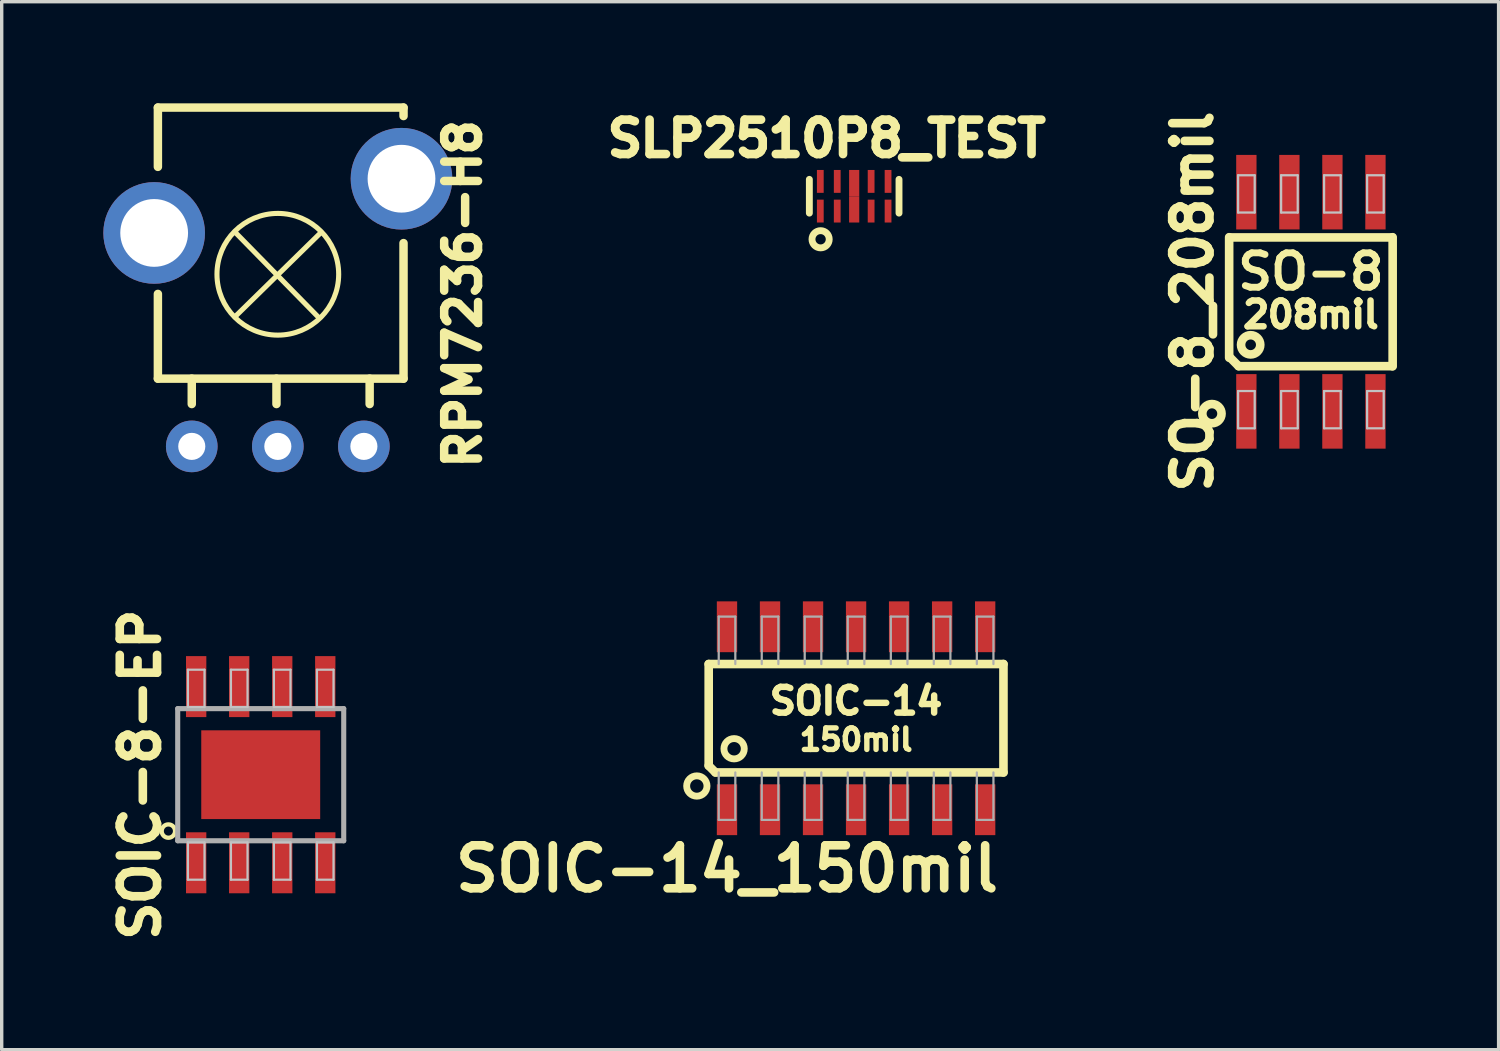
<source format=kicad_pcb>
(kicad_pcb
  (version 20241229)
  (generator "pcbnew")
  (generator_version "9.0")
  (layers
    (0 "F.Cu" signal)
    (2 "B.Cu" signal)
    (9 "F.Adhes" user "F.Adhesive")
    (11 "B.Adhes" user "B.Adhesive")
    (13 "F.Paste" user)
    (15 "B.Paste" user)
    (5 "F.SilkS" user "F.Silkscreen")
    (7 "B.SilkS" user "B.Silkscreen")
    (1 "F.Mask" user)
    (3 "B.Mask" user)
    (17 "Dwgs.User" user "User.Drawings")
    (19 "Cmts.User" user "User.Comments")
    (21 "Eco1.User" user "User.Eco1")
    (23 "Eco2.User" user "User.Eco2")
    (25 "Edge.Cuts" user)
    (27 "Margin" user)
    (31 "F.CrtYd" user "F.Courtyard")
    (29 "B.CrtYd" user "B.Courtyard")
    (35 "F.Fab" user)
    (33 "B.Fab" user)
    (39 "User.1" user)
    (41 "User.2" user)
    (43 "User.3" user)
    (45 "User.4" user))
  (footprint "SOIC-8-EP"
    (layer "F.Cu")
    (at 4.645 19.815)
    (property "Reference" "SOIC-8-EP" (at -3.556 0 90) (layer "F.SilkS") (effects (font (size 1.1 1.1) (thickness 0.254))))
    (attr smd)
    (fp_circle (center -2.725 1.664) (end -2.865 1.803) (stroke (width 0.127) (type solid)) (fill no) (layer "F.SilkS"))
    (fp_line (start -2.149 -3.099) (end -1.659 -3.099) (stroke (width 0.066) (type solid)) (layer "Dwgs.User"))
    (fp_line (start -2.149 -1.999) (end -2.149 -3.099) (stroke (width 0.066) (type solid)) (layer "Dwgs.User"))
    (fp_line (start -2.149 -1.999) (end -1.659 -1.999) (stroke (width 0.066) (type solid)) (layer "Dwgs.User"))
    (fp_line (start -2.149 1.999) (end -1.659 1.999) (stroke (width 0.066) (type solid)) (layer "Dwgs.User"))
    (fp_line (start -2.149 3.099) (end -2.149 1.999) (stroke (width 0.066) (type solid)) (layer "Dwgs.User"))
    (fp_line (start -2.149 3.099) (end -1.659 3.099) (stroke (width 0.066) (type solid)) (layer "Dwgs.User"))
    (fp_line (start -1.659 -1.999) (end -1.659 -3.099) (stroke (width 0.066) (type solid)) (layer "Dwgs.User"))
    (fp_line (start -1.659 3.099) (end -1.659 1.999) (stroke (width 0.066) (type solid)) (layer "Dwgs.User"))
    (fp_line (start -0.879 -3.099) (end -0.389 -3.099) (stroke (width 0.066) (type solid)) (layer "Dwgs.User"))
    (fp_line (start -0.879 -1.999) (end -0.879 -3.099) (stroke (width 0.066) (type solid)) (layer "Dwgs.User"))
    (fp_line (start -0.879 -1.999) (end -0.389 -1.999) (stroke (width 0.066) (type solid)) (layer "Dwgs.User"))
    (fp_line (start -0.879 1.999) (end -0.389 1.999) (stroke (width 0.066) (type solid)) (layer "Dwgs.User"))
    (fp_line (start -0.879 3.099) (end -0.879 1.999) (stroke (width 0.066) (type solid)) (layer "Dwgs.User"))
    (fp_line (start -0.879 3.099) (end -0.389 3.099) (stroke (width 0.066) (type solid)) (layer "Dwgs.User"))
    (fp_line (start -0.389 -1.999) (end -0.389 -3.099) (stroke (width 0.066) (type solid)) (layer "Dwgs.User"))
    (fp_line (start -0.389 3.099) (end -0.389 1.999) (stroke (width 0.066) (type solid)) (layer "Dwgs.User"))
    (fp_line (start 0.389 -3.099) (end 0.879 -3.099) (stroke (width 0.066) (type solid)) (layer "Dwgs.User"))
    (fp_line (start 0.389 -1.999) (end 0.389 -3.099) (stroke (width 0.066) (type solid)) (layer "Dwgs.User"))
    (fp_line (start 0.389 -1.999) (end 0.879 -1.999) (stroke (width 0.066) (type solid)) (layer "Dwgs.User"))
    (fp_line (start 0.389 1.999) (end 0.879 1.999) (stroke (width 0.066) (type solid)) (layer "Dwgs.User"))
    (fp_line (start 0.389 3.099) (end 0.389 1.999) (stroke (width 0.066) (type solid)) (layer "Dwgs.User"))
    (fp_line (start 0.389 3.099) (end 0.879 3.099) (stroke (width 0.066) (type solid)) (layer "Dwgs.User"))
    (fp_line (start 0.879 -1.999) (end 0.879 -3.099) (stroke (width 0.066) (type solid)) (layer "Dwgs.User"))
    (fp_line (start 0.879 3.099) (end 0.879 1.999) (stroke (width 0.066) (type solid)) (layer "Dwgs.User"))
    (fp_line (start 1.659 -3.099) (end 2.149 -3.099) (stroke (width 0.066) (type solid)) (layer "Dwgs.User"))
    (fp_line (start 1.659 -1.999) (end 1.659 -3.099) (stroke (width 0.066) (type solid)) (layer "Dwgs.User"))
    (fp_line (start 1.659 -1.999) (end 2.149 -1.999) (stroke (width 0.066) (type solid)) (layer "Dwgs.User"))
    (fp_line (start 1.659 1.999) (end 2.149 1.999) (stroke (width 0.066) (type solid)) (layer "Dwgs.User"))
    (fp_line (start 1.659 3.099) (end 1.659 1.999) (stroke (width 0.066) (type solid)) (layer "Dwgs.User"))
    (fp_line (start 1.659 3.099) (end 2.149 3.099) (stroke (width 0.066) (type solid)) (layer "Dwgs.User"))
    (fp_line (start 2.149 -1.999) (end 2.149 -3.099) (stroke (width 0.066) (type solid)) (layer "Dwgs.User"))
    (fp_line (start 2.149 3.099) (end 2.149 1.999) (stroke (width 0.066) (type solid)) (layer "Dwgs.User"))
    (fp_line (start -2.45 -1.95) (end 2.45 -1.95) (stroke (width 0.15) (type solid)) (layer "F.Fab"))
    (fp_line (start -2.45 1.95) (end -2.45 -1.95) (stroke (width 0.15) (type solid)) (layer "F.Fab"))
    (fp_line (start 2.45 -1.95) (end 2.45 1.95) (stroke (width 0.15) (type solid)) (layer "F.Fab"))
    (fp_line (start 2.45 1.95) (end -2.45 1.95) (stroke (width 0.15) (type solid)) (layer "F.Fab"))
    (pad "1" smd rect (at -1.905 2.6) (size 0.6 1.8) (layers "F.Cu" "F.Mask" "F.Paste"))
    (pad "2" smd rect (at -0.635 2.6) (size 0.6 1.8) (layers "F.Cu" "F.Mask" "F.Paste"))
    (pad "3" smd rect (at 0.635 2.6) (size 0.6 1.8) (layers "F.Cu" "F.Mask" "F.Paste"))
    (pad "4" smd rect (at 1.905 2.6) (size 0.6 1.8) (layers "F.Cu" "F.Mask" "F.Paste"))
    (pad "5" smd rect (at 0 0 90) (size 2.62 3.51) (layers "F.Cu" "F.Mask" "F.Paste"))
    (pad "5" smd rect (at 1.905 -2.6) (size 0.6 1.8) (layers "F.Cu" "F.Mask" "F.Paste"))
    (pad "6" smd rect (at 0.635 -2.6) (size 0.6 1.8) (layers "F.Cu" "F.Mask" "F.Paste"))
    (pad "7" smd rect (at -0.635 -2.6) (size 0.6 1.8) (layers "F.Cu" "F.Mask" "F.Paste"))
    (pad "8" smd rect (at -1.905 -2.6) (size 0.6 1.8) (layers "F.Cu" "F.Mask" "F.Paste")))
  (footprint "SO-8_208mil"
    (layer "F.Cu")
    (at 35.641 5.857)
    (property "Reference" "SO-8_208mil" (at -3.49 -0.008 90) (layer "F.SilkS") (effects (font (size 1.1 1.1) (thickness 0.254))))
    (attr smd)
    (fp_line (start -2.413 -1.905) (end -2.413 1.651) (stroke (width 0.254) (type solid)) (layer "F.SilkS"))
    (fp_line (start -2.398 -1.9) (end 2.398 -1.9) (stroke (width 0.254) (type solid)) (layer "F.SilkS"))
    (fp_line (start -2.134 1.9) (end -2.398 1.633) (stroke (width 0.254) (type solid)) (layer "F.SilkS"))
    (fp_line (start 2.398 1.9) (end -2.134 1.9) (stroke (width 0.254) (type solid)) (layer "F.SilkS"))
    (fp_line (start 2.413 -1.905) (end 2.413 1.905) (stroke (width 0.254) (type solid)) (layer "F.SilkS"))
    (fp_circle (center -2.921 3.302) (end -3.175 3.429) (stroke (width 0.254) (type solid)) (fill no) (layer "F.SilkS"))
    (fp_circle (center -1.778 1.27) (end -1.524 1.143) (stroke (width 0.254) (type solid)) (fill no) (layer "F.SilkS"))
    (fp_line (start -2.149 -3.734) (end -1.659 -3.734) (stroke (width 0.066) (type solid)) (layer "Dwgs.User"))
    (fp_line (start -2.149 -2.634) (end -2.149 -3.734) (stroke (width 0.066) (type solid)) (layer "Dwgs.User"))
    (fp_line (start -2.149 -2.634) (end -1.659 -2.634) (stroke (width 0.066) (type solid)) (layer "Dwgs.User"))
    (fp_line (start -2.149 2.634) (end -1.659 2.634) (stroke (width 0.066) (type solid)) (layer "Dwgs.User"))
    (fp_line (start -2.149 3.734) (end -2.149 2.634) (stroke (width 0.066) (type solid)) (layer "Dwgs.User"))
    (fp_line (start -2.149 3.734) (end -1.659 3.734) (stroke (width 0.066) (type solid)) (layer "Dwgs.User"))
    (fp_line (start -1.659 -2.634) (end -1.659 -3.734) (stroke (width 0.066) (type solid)) (layer "Dwgs.User"))
    (fp_line (start -1.659 3.734) (end -1.659 2.634) (stroke (width 0.066) (type solid)) (layer "Dwgs.User"))
    (fp_line (start -0.879 -3.734) (end -0.389 -3.734) (stroke (width 0.066) (type solid)) (layer "Dwgs.User"))
    (fp_line (start -0.879 -2.634) (end -0.879 -3.734) (stroke (width 0.066) (type solid)) (layer "Dwgs.User"))
    (fp_line (start -0.879 -2.634) (end -0.389 -2.634) (stroke (width 0.066) (type solid)) (layer "Dwgs.User"))
    (fp_line (start -0.879 2.634) (end -0.389 2.634) (stroke (width 0.066) (type solid)) (layer "Dwgs.User"))
    (fp_line (start -0.879 3.734) (end -0.879 2.634) (stroke (width 0.066) (type solid)) (layer "Dwgs.User"))
    (fp_line (start -0.879 3.734) (end -0.389 3.734) (stroke (width 0.066) (type solid)) (layer "Dwgs.User"))
    (fp_line (start -0.389 -2.634) (end -0.389 -3.734) (stroke (width 0.066) (type solid)) (layer "Dwgs.User"))
    (fp_line (start -0.389 3.734) (end -0.389 2.634) (stroke (width 0.066) (type solid)) (layer "Dwgs.User"))
    (fp_line (start 0.389 -3.734) (end 0.879 -3.734) (stroke (width 0.066) (type solid)) (layer "Dwgs.User"))
    (fp_line (start 0.389 -2.634) (end 0.389 -3.734) (stroke (width 0.066) (type solid)) (layer "Dwgs.User"))
    (fp_line (start 0.389 -2.634) (end 0.879 -2.634) (stroke (width 0.066) (type solid)) (layer "Dwgs.User"))
    (fp_line (start 0.389 2.634) (end 0.879 2.634) (stroke (width 0.066) (type solid)) (layer "Dwgs.User"))
    (fp_line (start 0.389 3.734) (end 0.389 2.634) (stroke (width 0.066) (type solid)) (layer "Dwgs.User"))
    (fp_line (start 0.389 3.734) (end 0.879 3.734) (stroke (width 0.066) (type solid)) (layer "Dwgs.User"))
    (fp_line (start 0.879 -2.634) (end 0.879 -3.734) (stroke (width 0.066) (type solid)) (layer "Dwgs.User"))
    (fp_line (start 0.879 3.734) (end 0.879 2.634) (stroke (width 0.066) (type solid)) (layer "Dwgs.User"))
    (fp_line (start 1.659 -3.734) (end 2.149 -3.734) (stroke (width 0.066) (type solid)) (layer "Dwgs.User"))
    (fp_line (start 1.659 -2.634) (end 1.659 -3.734) (stroke (width 0.066) (type solid)) (layer "Dwgs.User"))
    (fp_line (start 1.659 -2.634) (end 2.149 -2.634) (stroke (width 0.066) (type solid)) (layer "Dwgs.User"))
    (fp_line (start 1.659 2.634) (end 2.149 2.634) (stroke (width 0.066) (type solid)) (layer "Dwgs.User"))
    (fp_line (start 1.659 3.734) (end 1.659 2.634) (stroke (width 0.066) (type solid)) (layer "Dwgs.User"))
    (fp_line (start 1.659 3.734) (end 2.149 3.734) (stroke (width 0.066) (type solid)) (layer "Dwgs.User"))
    (fp_line (start 2.149 -2.634) (end 2.149 -3.734) (stroke (width 0.066) (type solid)) (layer "Dwgs.User"))
    (fp_line (start 2.149 3.734) (end 2.149 2.634) (stroke (width 0.066) (type solid)) (layer "Dwgs.User"))
    (fp_text user "SO-8" (at 0 -0.889 0) (layer "F.SilkS") (effects (font (size 1.016 1.016) (thickness 0.203))))
    (fp_text user "208mil" (at 0 0.381 0) (layer "F.SilkS") (effects (font (size 0.762 0.762) (thickness 0.191))))
    (pad "1" smd rect (at -1.905 3.235) (size 0.6 2.2) (layers "F.Cu" "F.Mask" "F.Paste"))
    (pad "2" smd rect (at -0.635 3.235) (size 0.6 2.2) (layers "F.Cu" "F.Mask" "F.Paste"))
    (pad "3" smd rect (at 0.635 3.235) (size 0.6 2.2) (layers "F.Cu" "F.Mask" "F.Paste"))
    (pad "4" smd rect (at 1.905 3.235) (size 0.6 2.2) (layers "F.Cu" "F.Mask" "F.Paste"))
    (pad "5" smd rect (at 1.905 -3.235) (size 0.6 2.2) (layers "F.Cu" "F.Mask" "F.Paste"))
    (pad "6" smd rect (at 0.635 -3.235) (size 0.6 2.2) (layers "F.Cu" "F.Mask" "F.Paste"))
    (pad "7" smd rect (at -0.635 -3.235) (size 0.6 2.2) (layers "F.Cu" "F.Mask" "F.Paste"))
    (pad "8" smd rect (at -1.905 -3.235) (size 0.6 2.2) (layers "F.Cu" "F.Mask" "F.Paste")))
  (footprint "SLP2510P8_TEST"
    (layer "F.Cu")
    (at 22.161 2.742)
    (property "Reference" "SLP2510P8_TEST" (at -0.813 -1.702 0) (layer "F.SilkS") (effects (font (size 1.016 1.016) (thickness 0.254))))
    (attr smd)
    (fp_line (start -1.323 0.498) (end -1.323 -0.498) (stroke (width 0.203) (type solid)) (layer "F.SilkS"))
    (fp_line (start 1.323 0.498) (end 1.323 -0.498) (stroke (width 0.203) (type solid)) (layer "F.SilkS"))
    (fp_circle (center -0.991 1.27) (end -0.737 1.27) (stroke (width 0.203) (type solid)) (fill no) (layer "F.SilkS"))
    (pad "1" smd rect (at -1 0.438) (size 0.2 0.675) (layers "F.Cu" "F.Mask" "F.Paste"))
    (pad "2" smd rect (at -0.5 0.438) (size 0.2 0.675) (layers "F.Cu" "F.Mask" "F.Paste"))
    (pad "3" smd rect (at 0 0.388) (size 0.3 0.775) (layers "F.Cu" "F.Mask" "F.Paste"))
    (pad "4" smd rect (at 0.5 0.438) (size 0.2 0.675) (layers "F.Cu" "F.Mask" "F.Paste"))
    (pad "5" smd rect (at 1 0.438) (size 0.2 0.675) (layers "F.Cu" "F.Mask" "F.Paste"))
    (pad "6" smd rect (at 1 -0.438) (size 0.2 0.675) (layers "F.Cu" "F.Mask" "F.Paste"))
    (pad "7" smd rect (at 0.5 -0.438) (size 0.2 0.675) (layers "F.Cu" "F.Mask" "F.Paste"))
    (pad "8" smd rect (at 0 -0.388) (size 0.3 0.775) (layers "F.Cu" "F.Mask" "F.Paste"))
    (pad "9" smd rect (at -0.5 -0.438) (size 0.2 0.675) (layers "F.Cu" "F.Mask" "F.Paste"))
    (pad "10" smd rect (at -1 -0.438) (size 0.2 0.675) (layers "F.Cu" "F.Mask" "F.Paste")))
  (footprint "SOIC-14_150mil"
    (layer "F.Cu")
    (at 22.217 18.149)
    (property "Reference" "SOIC-14_150mil" (at -3.81 4.445 180) (layer "F.SilkS") (effects (font (size 1.27 1.27) (thickness 0.254))))
    (attr smd)
    (fp_line (start -4.35 -1.6) (end 4.35 -1.6) (stroke (width 0.254) (type solid)) (layer "F.SilkS"))
    (fp_line (start -4.35 1.4) (end -4.35 -1.6) (stroke (width 0.254) (type solid)) (layer "F.SilkS"))
    (fp_line (start -4.15 1.6) (end -4.35 1.4) (stroke (width 0.254) (type solid)) (layer "F.SilkS"))
    (fp_line (start 4.35 -1.6) (end 4.35 1.6) (stroke (width 0.254) (type solid)) (layer "F.SilkS"))
    (fp_line (start 4.35 1.6) (end -4.15 1.6) (stroke (width 0.254) (type solid)) (layer "F.SilkS"))
    (fp_circle (center -4.7 2) (end -5 2) (stroke (width 0.203) (type solid)) (fill no) (layer "F.SilkS"))
    (fp_circle (center -3.6 0.9) (end -3.9 0.9) (stroke (width 0.203) (type solid)) (fill no) (layer "F.SilkS"))
    (fp_line (start -4.054 -3) (end -3.564 -3) (stroke (width 0.066) (type solid)) (layer "F.Fab"))
    (fp_line (start -4.054 -1.6) (end -4.054 -3) (stroke (width 0.066) (type solid)) (layer "F.Fab"))
    (fp_line (start -4.054 3) (end -4.054 1.6) (stroke (width 0.066) (type solid)) (layer "F.Fab"))
    (fp_line (start -4.054 3) (end -3.564 3) (stroke (width 0.066) (type solid)) (layer "F.Fab"))
    (fp_line (start -3.564 -1.6) (end -3.564 -3) (stroke (width 0.066) (type solid)) (layer "F.Fab"))
    (fp_line (start -3.564 3) (end -3.564 1.6) (stroke (width 0.066) (type solid)) (layer "F.Fab"))
    (fp_line (start -2.784 -3) (end -2.294 -3) (stroke (width 0.066) (type solid)) (layer "F.Fab"))
    (fp_line (start -2.784 -1.6) (end -2.784 -3) (stroke (width 0.066) (type solid)) (layer "F.Fab"))
    (fp_line (start -2.784 3) (end -2.784 1.6) (stroke (width 0.066) (type solid)) (layer "F.Fab"))
    (fp_line (start -2.784 3) (end -2.294 3) (stroke (width 0.066) (type solid)) (layer "F.Fab"))
    (fp_line (start -2.294 -1.6) (end -2.294 -3) (stroke (width 0.066) (type solid)) (layer "F.Fab"))
    (fp_line (start -2.294 3) (end -2.294 1.6) (stroke (width 0.066) (type solid)) (layer "F.Fab"))
    (fp_line (start -1.516 -3) (end -1.026 -3) (stroke (width 0.066) (type solid)) (layer "F.Fab"))
    (fp_line (start -1.516 -1.6) (end -1.516 -3) (stroke (width 0.066) (type solid)) (layer "F.Fab"))
    (fp_line (start -1.516 3) (end -1.516 1.6) (stroke (width 0.066) (type solid)) (layer "F.Fab"))
    (fp_line (start -1.516 3) (end -1.026 3) (stroke (width 0.066) (type solid)) (layer "F.Fab"))
    (fp_line (start -1.026 -1.6) (end -1.026 -3) (stroke (width 0.066) (type solid)) (layer "F.Fab"))
    (fp_line (start -1.026 3) (end -1.026 1.6) (stroke (width 0.066) (type solid)) (layer "F.Fab"))
    (fp_line (start -0.246 -3) (end 0.244 -3) (stroke (width 0.066) (type solid)) (layer "F.Fab"))
    (fp_line (start -0.246 -1.6) (end -0.246 -3) (stroke (width 0.066) (type solid)) (layer "F.Fab"))
    (fp_line (start -0.246 3) (end -0.246 1.6) (stroke (width 0.066) (type solid)) (layer "F.Fab"))
    (fp_line (start -0.246 3) (end 0.244 3) (stroke (width 0.066) (type solid)) (layer "F.Fab"))
    (fp_line (start 0.244 -1.6) (end 0.244 -3) (stroke (width 0.066) (type solid)) (layer "F.Fab"))
    (fp_line (start 0.244 3) (end 0.244 1.6) (stroke (width 0.066) (type solid)) (layer "F.Fab"))
    (fp_line (start 1.026 -3) (end 1.516 -3) (stroke (width 0.066) (type solid)) (layer "F.Fab"))
    (fp_line (start 1.026 -1.6) (end 1.026 -3) (stroke (width 0.066) (type solid)) (layer "F.Fab"))
    (fp_line (start 1.026 3) (end 1.026 1.6) (stroke (width 0.066) (type solid)) (layer "F.Fab"))
    (fp_line (start 1.026 3) (end 1.516 3) (stroke (width 0.066) (type solid)) (layer "F.Fab"))
    (fp_line (start 1.516 -1.6) (end 1.516 -3) (stroke (width 0.066) (type solid)) (layer "F.Fab"))
    (fp_line (start 1.516 3) (end 1.516 1.6) (stroke (width 0.066) (type solid)) (layer "F.Fab"))
    (fp_line (start 2.294 -3) (end 2.784 -3) (stroke (width 0.066) (type solid)) (layer "F.Fab"))
    (fp_line (start 2.294 -1.6) (end 2.294 -3) (stroke (width 0.066) (type solid)) (layer "F.Fab"))
    (fp_line (start 2.294 3) (end 2.294 1.6) (stroke (width 0.066) (type solid)) (layer "F.Fab"))
    (fp_line (start 2.294 3) (end 2.784 3) (stroke (width 0.066) (type solid)) (layer "F.Fab"))
    (fp_line (start 2.784 -1.6) (end 2.784 -3) (stroke (width 0.066) (type solid)) (layer "F.Fab"))
    (fp_line (start 2.784 3) (end 2.784 1.6) (stroke (width 0.066) (type solid)) (layer "F.Fab"))
    (fp_line (start 3.564 -3) (end 4.054 -3) (stroke (width 0.066) (type solid)) (layer "F.Fab"))
    (fp_line (start 3.564 -1.6) (end 3.564 -3) (stroke (width 0.066) (type solid)) (layer "F.Fab"))
    (fp_line (start 3.564 3) (end 3.564 1.6) (stroke (width 0.066) (type solid)) (layer "F.Fab"))
    (fp_line (start 3.564 3) (end 4.054 3) (stroke (width 0.066) (type solid)) (layer "F.Fab"))
    (fp_line (start 4.054 -1.6) (end 4.054 -3) (stroke (width 0.066) (type solid)) (layer "F.Fab"))
    (fp_line (start 4.054 3) (end 4.054 1.6) (stroke (width 0.066) (type solid)) (layer "F.Fab"))
    (fp_text user "150mil" (at 0 0.635 0) (layer "F.SilkS") (effects (font (size 0.635 0.635) (thickness 0.159))))
    (fp_text user "SOIC-14" (at 0 -0.508 0) (layer "F.SilkS") (effects (font (size 0.762 0.762) (thickness 0.191))))
    (pad "1" smd rect (at -3.81 2.7) (size 0.6 1.5) (layers "F.Cu" "F.Mask" "F.Paste"))
    (pad "2" smd rect (at -2.54 2.7) (size 0.6 1.5) (layers "F.Cu" "F.Mask" "F.Paste"))
    (pad "3" smd rect (at -1.27 2.7) (size 0.6 1.5) (layers "F.Cu" "F.Mask" "F.Paste"))
    (pad "4" smd rect (at 0 2.7) (size 0.6 1.5) (layers "F.Cu" "F.Mask" "F.Paste"))
    (pad "5" smd rect (at 1.27 2.7) (size 0.6 1.5) (layers "F.Cu" "F.Mask" "F.Paste"))
    (pad "6" smd rect (at 2.54 2.7) (size 0.6 1.5) (layers "F.Cu" "F.Mask" "F.Paste"))
    (pad "7" smd rect (at 3.81 2.7) (size 0.6 1.5) (layers "F.Cu" "F.Mask" "F.Paste"))
    (pad "8" smd rect (at 3.81 -2.7) (size 0.6 1.5) (layers "F.Cu" "F.Mask" "F.Paste"))
    (pad "9" smd rect (at 2.54 -2.7) (size 0.6 1.5) (layers "F.Cu" "F.Mask" "F.Paste"))
    (pad "10" smd rect (at 1.27 -2.7) (size 0.6 1.5) (layers "F.Cu" "F.Mask" "F.Paste"))
    (pad "11" smd rect (at 0 -2.7) (size 0.6 1.5) (layers "F.Cu" "F.Mask" "F.Paste"))
    (pad "12" smd rect (at -1.27 -2.7) (size 0.6 1.5) (layers "F.Cu" "F.Mask" "F.Paste"))
    (pad "13" smd rect (at -2.54 -2.7) (size 0.6 1.5) (layers "F.Cu" "F.Mask" "F.Paste"))
    (pad "14" smd rect (at -3.81 -2.7) (size 0.6 1.5) (layers "F.Cu" "F.Mask" "F.Paste")))
  (footprint "RPM7236-H8"
    (layer "F.Cu")
    (at 5.15 5.045)
    (property "Reference" "RPM7236-H8" (at 5.46 0.58 90) (layer "F.SilkS") (effects (font (size 1 1) (thickness 0.25))))
    (attr through_hole)
    (fp_line (start -3.54 -4.92) (end 3.71 -4.92) (stroke (width 0.25) (type solid)) (layer "F.SilkS"))
    (fp_line (start -3.54 -3.17) (end -3.54 -4.92) (stroke (width 0.25) (type solid)) (layer "F.SilkS"))
    (fp_line (start -3.54 3.08) (end -3.54 0.58) (stroke (width 0.25) (type solid)) (layer "F.SilkS"))
    (fp_line (start -2.54 3.83) (end -2.54 3.08) (stroke (width 0.25) (type solid)) (layer "F.SilkS"))
    (fp_line (start -0.04 3.83) (end -0.04 3.08) (stroke (width 0.25) (type solid)) (layer "F.SilkS"))
    (fp_line (start 1.21 1.28) (end -1.24 -1.22) (stroke (width 0.15) (type solid)) (layer "F.SilkS"))
    (fp_line (start 1.26 -1.22) (end -1.24 1.23) (stroke (width 0.15) (type solid)) (layer "F.SilkS"))
    (fp_line (start 2.71 3.83) (end 2.71 3.08) (stroke (width 0.25) (type solid)) (layer "F.SilkS"))
    (fp_line (start 3.71 -4.92) (end 3.71 -4.67) (stroke (width 0.25) (type solid)) (layer "F.SilkS"))
    (fp_line (start 3.71 -0.92) (end 3.71 3.08) (stroke (width 0.25) (type solid)) (layer "F.SilkS"))
    (fp_line (start 3.71 3.08) (end -3.54 3.08) (stroke (width 0.25) (type solid)) (layer "F.SilkS"))
    (fp_circle (center 0 0) (end 1.27 1.27) (stroke (width 0.15) (type solid)) (fill no) (layer "F.SilkS"))
    (pad "0" thru_hole circle (at -3.65 -1.22) (size 3 3) (drill 2) (layers "*.Cu" "*.Mask"))
    (pad "0" thru_hole circle (at 3.65 -2.82) (size 3 3) (drill 2) (layers "*.Cu" "*.Mask"))
    (pad "1" thru_hole circle (at -2.54 5.08) (size 1.524 1.524) (drill 0.8) (layers "*.Cu" "*.Mask"))
    (pad "2" thru_hole circle (at 0 5.08) (size 1.524 1.524) (drill 0.8) (layers "*.Cu" "*.Mask"))
    (pad "3" thru_hole circle (at 2.54 5.08) (size 1.524 1.524) (drill 0.8) (layers "*.Cu" "*.Mask")))
  (gr_rect
    (start -3 -3)
    (end 41.181 27.932)
    (stroke (width 0.1) (type default))
    (fill no)
    (layer "Edge.Cuts")))
</source>
